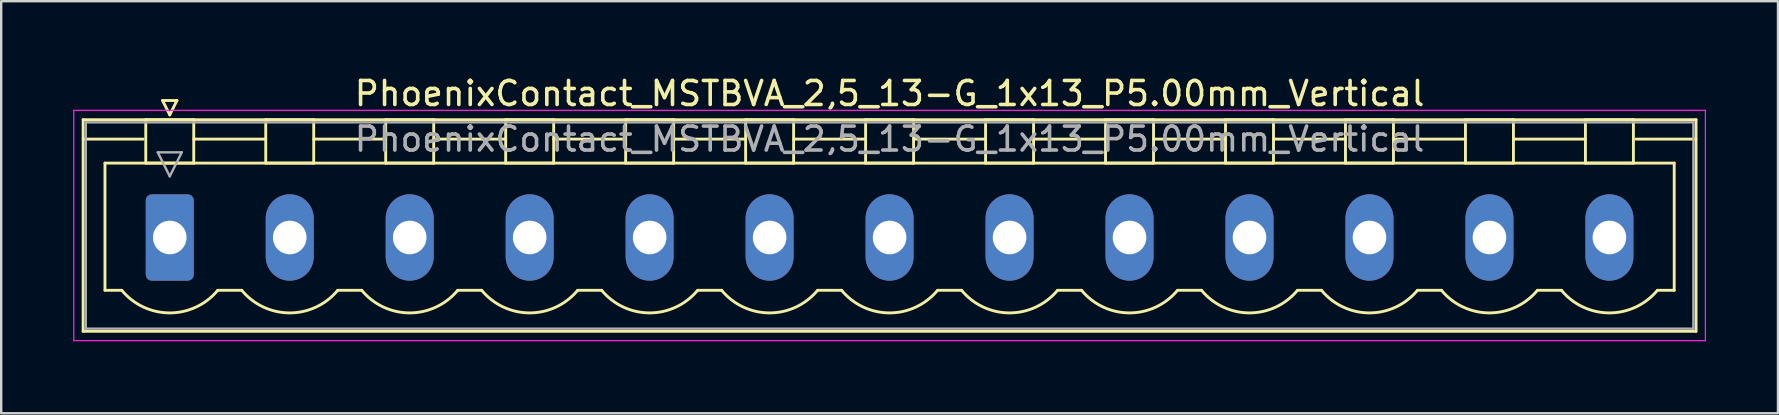
<source format=kicad_pcb>
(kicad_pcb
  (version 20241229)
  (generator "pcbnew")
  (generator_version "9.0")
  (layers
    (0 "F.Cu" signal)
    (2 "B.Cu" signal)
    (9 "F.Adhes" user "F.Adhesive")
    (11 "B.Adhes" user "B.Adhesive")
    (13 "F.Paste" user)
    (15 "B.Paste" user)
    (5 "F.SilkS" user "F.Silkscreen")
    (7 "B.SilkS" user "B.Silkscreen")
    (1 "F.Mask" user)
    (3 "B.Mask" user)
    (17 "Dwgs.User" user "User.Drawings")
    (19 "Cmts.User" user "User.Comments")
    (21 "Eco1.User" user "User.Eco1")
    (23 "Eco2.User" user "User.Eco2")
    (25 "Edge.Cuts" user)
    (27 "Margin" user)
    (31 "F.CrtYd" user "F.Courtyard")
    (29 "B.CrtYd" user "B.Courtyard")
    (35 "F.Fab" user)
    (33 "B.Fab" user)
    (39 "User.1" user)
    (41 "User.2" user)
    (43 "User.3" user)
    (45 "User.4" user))
  (footprint "PhoenixContact_MSTBVA_2,5_13-G_1x13_P5.00mm_Vertical"
    (layer "F.Cu")
    (at 4.025 6.848)
    (property "Reference" "PhoenixContact_MSTBVA_2,5_13-G_1x13_P5.00mm_Vertical" (at 30 -6 0) (layer "F.SilkS") (effects (font (size 1 1) (thickness 0.15))))
    (attr through_hole)
    (fp_line (start -3.61 -4.91) (end -3.61 3.91) (stroke (width 0.12) (type solid)) (layer "F.SilkS"))
    (fp_line (start -3.61 -4.1) (end -1.11 -4.1) (stroke (width 0.12) (type solid)) (layer "F.SilkS"))
    (fp_line (start -3.61 3.91) (end 63.61 3.91) (stroke (width 0.12) (type solid)) (layer "F.SilkS"))
    (fp_line (start -2.7 -3.1) (end 62.7 -3.1) (stroke (width 0.12) (type solid)) (layer "F.SilkS"))
    (fp_line (start -2.7 2.2) (end -2.7 -3.1) (stroke (width 0.12) (type solid)) (layer "F.SilkS"))
    (fp_line (start -2 2.2) (end -2.7 2.2) (stroke (width 0.12) (type solid)) (layer "F.SilkS"))
    (fp_line (start -1 -4.91) (end 1 -4.91) (stroke (width 0.12) (type solid)) (layer "F.SilkS"))
    (fp_line (start -1 -3.1) (end -1 -4.91) (stroke (width 0.12) (type solid)) (layer "F.SilkS"))
    (fp_line (start -0.3 -5.71) (end 0.3 -5.71) (stroke (width 0.12) (type solid)) (layer "F.SilkS"))
    (fp_line (start 0 -5.11) (end -0.3 -5.71) (stroke (width 0.12) (type solid)) (layer "F.SilkS"))
    (fp_line (start 0.3 -5.71) (end 0 -5.11) (stroke (width 0.12) (type solid)) (layer "F.SilkS"))
    (fp_line (start 1 -4.91) (end 1 -3.1) (stroke (width 0.12) (type solid)) (layer "F.SilkS"))
    (fp_line (start 1 -4.1) (end 4 -4.1) (stroke (width 0.12) (type solid)) (layer "F.SilkS"))
    (fp_line (start 1 -3.1) (end -1 -3.1) (stroke (width 0.12) (type solid)) (layer "F.SilkS"))
    (fp_line (start 2 2.2) (end 3 2.2) (stroke (width 0.12) (type solid)) (layer "F.SilkS"))
    (fp_line (start 4 -4.91) (end 6 -4.91) (stroke (width 0.12) (type solid)) (layer "F.SilkS"))
    (fp_line (start 4 -3.1) (end 4 -4.91) (stroke (width 0.12) (type solid)) (layer "F.SilkS"))
    (fp_line (start 6 -4.91) (end 6 -3.1) (stroke (width 0.12) (type solid)) (layer "F.SilkS"))
    (fp_line (start 6 -4.1) (end 9 -4.1) (stroke (width 0.12) (type solid)) (layer "F.SilkS"))
    (fp_line (start 6 -3.1) (end 4 -3.1) (stroke (width 0.12) (type solid)) (layer "F.SilkS"))
    (fp_line (start 7 2.2) (end 8 2.2) (stroke (width 0.12) (type solid)) (layer "F.SilkS"))
    (fp_line (start 9 -4.91) (end 11 -4.91) (stroke (width 0.12) (type solid)) (layer "F.SilkS"))
    (fp_line (start 9 -3.1) (end 9 -4.91) (stroke (width 0.12) (type solid)) (layer "F.SilkS"))
    (fp_line (start 11 -4.91) (end 11 -3.1) (stroke (width 0.12) (type solid)) (layer "F.SilkS"))
    (fp_line (start 11 -4.1) (end 14 -4.1) (stroke (width 0.12) (type solid)) (layer "F.SilkS"))
    (fp_line (start 11 -3.1) (end 9 -3.1) (stroke (width 0.12) (type solid)) (layer "F.SilkS"))
    (fp_line (start 12 2.2) (end 13 2.2) (stroke (width 0.12) (type solid)) (layer "F.SilkS"))
    (fp_line (start 14 -4.91) (end 16 -4.91) (stroke (width 0.12) (type solid)) (layer "F.SilkS"))
    (fp_line (start 14 -3.1) (end 14 -4.91) (stroke (width 0.12) (type solid)) (layer "F.SilkS"))
    (fp_line (start 16 -4.91) (end 16 -3.1) (stroke (width 0.12) (type solid)) (layer "F.SilkS"))
    (fp_line (start 16 -4.1) (end 19 -4.1) (stroke (width 0.12) (type solid)) (layer "F.SilkS"))
    (fp_line (start 16 -3.1) (end 14 -3.1) (stroke (width 0.12) (type solid)) (layer "F.SilkS"))
    (fp_line (start 17 2.2) (end 18 2.2) (stroke (width 0.12) (type solid)) (layer "F.SilkS"))
    (fp_line (start 19 -4.91) (end 21 -4.91) (stroke (width 0.12) (type solid)) (layer "F.SilkS"))
    (fp_line (start 19 -3.1) (end 19 -4.91) (stroke (width 0.12) (type solid)) (layer "F.SilkS"))
    (fp_line (start 21 -4.91) (end 21 -3.1) (stroke (width 0.12) (type solid)) (layer "F.SilkS"))
    (fp_line (start 21 -4.1) (end 24 -4.1) (stroke (width 0.12) (type solid)) (layer "F.SilkS"))
    (fp_line (start 21 -3.1) (end 19 -3.1) (stroke (width 0.12) (type solid)) (layer "F.SilkS"))
    (fp_line (start 22 2.2) (end 23 2.2) (stroke (width 0.12) (type solid)) (layer "F.SilkS"))
    (fp_line (start 24 -4.91) (end 26 -4.91) (stroke (width 0.12) (type solid)) (layer "F.SilkS"))
    (fp_line (start 24 -3.1) (end 24 -4.91) (stroke (width 0.12) (type solid)) (layer "F.SilkS"))
    (fp_line (start 26 -4.91) (end 26 -3.1) (stroke (width 0.12) (type solid)) (layer "F.SilkS"))
    (fp_line (start 26 -4.1) (end 29 -4.1) (stroke (width 0.12) (type solid)) (layer "F.SilkS"))
    (fp_line (start 26 -3.1) (end 24 -3.1) (stroke (width 0.12) (type solid)) (layer "F.SilkS"))
    (fp_line (start 27 2.2) (end 28 2.2) (stroke (width 0.12) (type solid)) (layer "F.SilkS"))
    (fp_line (start 29 -4.91) (end 31 -4.91) (stroke (width 0.12) (type solid)) (layer "F.SilkS"))
    (fp_line (start 29 -3.1) (end 29 -4.91) (stroke (width 0.12) (type solid)) (layer "F.SilkS"))
    (fp_line (start 31 -4.91) (end 31 -3.1) (stroke (width 0.12) (type solid)) (layer "F.SilkS"))
    (fp_line (start 31 -4.1) (end 34 -4.1) (stroke (width 0.12) (type solid)) (layer "F.SilkS"))
    (fp_line (start 31 -3.1) (end 29 -3.1) (stroke (width 0.12) (type solid)) (layer "F.SilkS"))
    (fp_line (start 32 2.2) (end 33 2.2) (stroke (width 0.12) (type solid)) (layer "F.SilkS"))
    (fp_line (start 34 -4.91) (end 36 -4.91) (stroke (width 0.12) (type solid)) (layer "F.SilkS"))
    (fp_line (start 34 -3.1) (end 34 -4.91) (stroke (width 0.12) (type solid)) (layer "F.SilkS"))
    (fp_line (start 36 -4.91) (end 36 -3.1) (stroke (width 0.12) (type solid)) (layer "F.SilkS"))
    (fp_line (start 36 -4.1) (end 39 -4.1) (stroke (width 0.12) (type solid)) (layer "F.SilkS"))
    (fp_line (start 36 -3.1) (end 34 -3.1) (stroke (width 0.12) (type solid)) (layer "F.SilkS"))
    (fp_line (start 37 2.2) (end 38 2.2) (stroke (width 0.12) (type solid)) (layer "F.SilkS"))
    (fp_line (start 39 -4.91) (end 41 -4.91) (stroke (width 0.12) (type solid)) (layer "F.SilkS"))
    (fp_line (start 39 -3.1) (end 39 -4.91) (stroke (width 0.12) (type solid)) (layer "F.SilkS"))
    (fp_line (start 41 -4.91) (end 41 -3.1) (stroke (width 0.12) (type solid)) (layer "F.SilkS"))
    (fp_line (start 41 -4.1) (end 44 -4.1) (stroke (width 0.12) (type solid)) (layer "F.SilkS"))
    (fp_line (start 41 -3.1) (end 39 -3.1) (stroke (width 0.12) (type solid)) (layer "F.SilkS"))
    (fp_line (start 42 2.2) (end 43 2.2) (stroke (width 0.12) (type solid)) (layer "F.SilkS"))
    (fp_line (start 44 -4.91) (end 46 -4.91) (stroke (width 0.12) (type solid)) (layer "F.SilkS"))
    (fp_line (start 44 -3.1) (end 44 -4.91) (stroke (width 0.12) (type solid)) (layer "F.SilkS"))
    (fp_line (start 46 -4.91) (end 46 -3.1) (stroke (width 0.12) (type solid)) (layer "F.SilkS"))
    (fp_line (start 46 -4.1) (end 49 -4.1) (stroke (width 0.12) (type solid)) (layer "F.SilkS"))
    (fp_line (start 46 -3.1) (end 44 -3.1) (stroke (width 0.12) (type solid)) (layer "F.SilkS"))
    (fp_line (start 47 2.2) (end 48 2.2) (stroke (width 0.12) (type solid)) (layer "F.SilkS"))
    (fp_line (start 49 -4.91) (end 51 -4.91) (stroke (width 0.12) (type solid)) (layer "F.SilkS"))
    (fp_line (start 49 -3.1) (end 49 -4.91) (stroke (width 0.12) (type solid)) (layer "F.SilkS"))
    (fp_line (start 51 -4.91) (end 51 -3.1) (stroke (width 0.12) (type solid)) (layer "F.SilkS"))
    (fp_line (start 51 -4.1) (end 54 -4.1) (stroke (width 0.12) (type solid)) (layer "F.SilkS"))
    (fp_line (start 51 -3.1) (end 49 -3.1) (stroke (width 0.12) (type solid)) (layer "F.SilkS"))
    (fp_line (start 52 2.2) (end 53 2.2) (stroke (width 0.12) (type solid)) (layer "F.SilkS"))
    (fp_line (start 54 -4.91) (end 56 -4.91) (stroke (width 0.12) (type solid)) (layer "F.SilkS"))
    (fp_line (start 54 -3.1) (end 54 -4.91) (stroke (width 0.12) (type solid)) (layer "F.SilkS"))
    (fp_line (start 56 -4.91) (end 56 -3.1) (stroke (width 0.12) (type solid)) (layer "F.SilkS"))
    (fp_line (start 56 -4.1) (end 59 -4.1) (stroke (width 0.12) (type solid)) (layer "F.SilkS"))
    (fp_line (start 56 -3.1) (end 54 -3.1) (stroke (width 0.12) (type solid)) (layer "F.SilkS"))
    (fp_line (start 57 2.2) (end 58 2.2) (stroke (width 0.12) (type solid)) (layer "F.SilkS"))
    (fp_line (start 59 -4.91) (end 61 -4.91) (stroke (width 0.12) (type solid)) (layer "F.SilkS"))
    (fp_line (start 59 -3.1) (end 59 -4.91) (stroke (width 0.12) (type solid)) (layer "F.SilkS"))
    (fp_line (start 61 -4.91) (end 61 -3.1) (stroke (width 0.12) (type solid)) (layer "F.SilkS"))
    (fp_line (start 61 -3.1) (end 59 -3.1) (stroke (width 0.12) (type solid)) (layer "F.SilkS"))
    (fp_line (start 62.7 -3.1) (end 62.7 2.2) (stroke (width 0.12) (type solid)) (layer "F.SilkS"))
    (fp_line (start 62.7 2.2) (end 62 2.2) (stroke (width 0.12) (type solid)) (layer "F.SilkS"))
    (fp_line (start 63.61 -4.91) (end -3.61 -4.91) (stroke (width 0.12) (type solid)) (layer "F.SilkS"))
    (fp_line (start 63.61 -4.1) (end 61.11 -4.1) (stroke (width 0.12) (type solid)) (layer "F.SilkS"))
    (fp_line (start 63.61 3.91) (end 63.61 -4.91) (stroke (width 0.12) (type solid)) (layer "F.SilkS"))
    (fp_arc (start 1.986842 2.215821) (mid -0.010289 3.142758) (end -2 2.2) (stroke (width 0.12) (type solid)) (layer "F.SilkS"))
    (fp_arc (start 6.986842 2.215821) (mid 4.989711 3.142758) (end 3 2.2) (stroke (width 0.12) (type solid)) (layer "F.SilkS"))
    (fp_arc (start 11.986842 2.215821) (mid 9.989711 3.142758) (end 8 2.2) (stroke (width 0.12) (type solid)) (layer "F.SilkS"))
    (fp_arc (start 16.986842 2.215821) (mid 14.989711 3.142758) (end 13 2.2) (stroke (width 0.12) (type solid)) (layer "F.SilkS"))
    (fp_arc (start 21.986842 2.215821) (mid 19.989711 3.142758) (end 18 2.2) (stroke (width 0.12) (type solid)) (layer "F.SilkS"))
    (fp_arc (start 26.986842 2.215821) (mid 24.989711 3.142758) (end 23 2.2) (stroke (width 0.12) (type solid)) (layer "F.SilkS"))
    (fp_arc (start 31.986842 2.215821) (mid 29.989711 3.142758) (end 28 2.2) (stroke (width 0.12) (type solid)) (layer "F.SilkS"))
    (fp_arc (start 36.986842 2.215821) (mid 34.989711 3.142758) (end 33 2.2) (stroke (width 0.12) (type solid)) (layer "F.SilkS"))
    (fp_arc (start 41.986842 2.215821) (mid 39.989711 3.142758) (end 38 2.2) (stroke (width 0.12) (type solid)) (layer "F.SilkS"))
    (fp_arc (start 46.986842 2.215821) (mid 44.989711 3.142758) (end 43 2.2) (stroke (width 0.12) (type solid)) (layer "F.SilkS"))
    (fp_arc (start 51.986842 2.215821) (mid 49.989711 3.142758) (end 48 2.2) (stroke (width 0.12) (type solid)) (layer "F.SilkS"))
    (fp_arc (start 56.986842 2.215821) (mid 54.989711 3.142758) (end 53 2.2) (stroke (width 0.12) (type solid)) (layer "F.SilkS"))
    (fp_arc (start 61.986842 2.215821) (mid 59.989711 3.142758) (end 58 2.2) (stroke (width 0.12) (type solid)) (layer "F.SilkS"))
    (fp_line (start -4 -5.3) (end -4 4.3) (stroke (width 0.05) (type solid)) (layer "F.CrtYd"))
    (fp_line (start -4 4.3) (end 64 4.3) (stroke (width 0.05) (type solid)) (layer "F.CrtYd"))
    (fp_line (start 64 -5.3) (end -4 -5.3) (stroke (width 0.05) (type solid)) (layer "F.CrtYd"))
    (fp_line (start 64 4.3) (end 64 -5.3) (stroke (width 0.05) (type solid)) (layer "F.CrtYd"))
    (fp_line (start -3.5 -4.8) (end -3.5 3.8) (stroke (width 0.1) (type solid)) (layer "F.Fab"))
    (fp_line (start -3.5 3.8) (end 63.5 3.8) (stroke (width 0.1) (type solid)) (layer "F.Fab"))
    (fp_line (start -0.5 -3.55) (end 0.5 -3.55) (stroke (width 0.1) (type solid)) (layer "F.Fab"))
    (fp_line (start 0 -2.55) (end -0.5 -3.55) (stroke (width 0.1) (type solid)) (layer "F.Fab"))
    (fp_line (start 0.5 -3.55) (end 0 -2.55) (stroke (width 0.1) (type solid)) (layer "F.Fab"))
    (fp_line (start 63.5 -4.8) (end -3.5 -4.8) (stroke (width 0.1) (type solid)) (layer "F.Fab"))
    (fp_line (start 63.5 3.8) (end 63.5 -4.8) (stroke (width 0.1) (type solid)) (layer "F.Fab"))
    (fp_text user "${REFERENCE}" (at 30 -4.1 0) (layer "F.Fab") (effects (font (size 1 1) (thickness 0.15))))
    (pad "1" thru_hole roundrect (at 0 0) (size 2 3.6) (drill 1.4) (layers "*.Cu" "*.Mask") (roundrect_rratio 0.125))
    (pad "2" thru_hole oval (at 5 0) (size 2 3.6) (drill 1.4) (layers "*.Cu" "*.Mask"))
    (pad "3" thru_hole oval (at 10 0) (size 2 3.6) (drill 1.4) (layers "*.Cu" "*.Mask"))
    (pad "4" thru_hole oval (at 15 0) (size 2 3.6) (drill 1.4) (layers "*.Cu" "*.Mask"))
    (pad "5" thru_hole oval (at 20 0) (size 2 3.6) (drill 1.4) (layers "*.Cu" "*.Mask"))
    (pad "6" thru_hole oval (at 25 0) (size 2 3.6) (drill 1.4) (layers "*.Cu" "*.Mask"))
    (pad "7" thru_hole oval (at 30 0) (size 2 3.6) (drill 1.4) (layers "*.Cu" "*.Mask"))
    (pad "8" thru_hole oval (at 35 0) (size 2 3.6) (drill 1.4) (layers "*.Cu" "*.Mask"))
    (pad "9" thru_hole oval (at 40 0) (size 2 3.6) (drill 1.4) (layers "*.Cu" "*.Mask"))
    (pad "10" thru_hole oval (at 45 0) (size 2 3.6) (drill 1.4) (layers "*.Cu" "*.Mask"))
    (pad "11" thru_hole oval (at 50 0) (size 2 3.6) (drill 1.4) (layers "*.Cu" "*.Mask"))
    (pad "12" thru_hole oval (at 55 0) (size 2 3.6) (drill 1.4) (layers "*.Cu" "*.Mask"))
    (pad "13" thru_hole oval (at 60 0) (size 2 3.6) (drill 1.4) (layers "*.Cu" "*.Mask")))
  (gr_rect
    (start -3 -3)
    (end 71.05 14.173)
    (stroke (width 0.1) (type default))
    (fill no)
    (layer "Edge.Cuts")))
</source>
